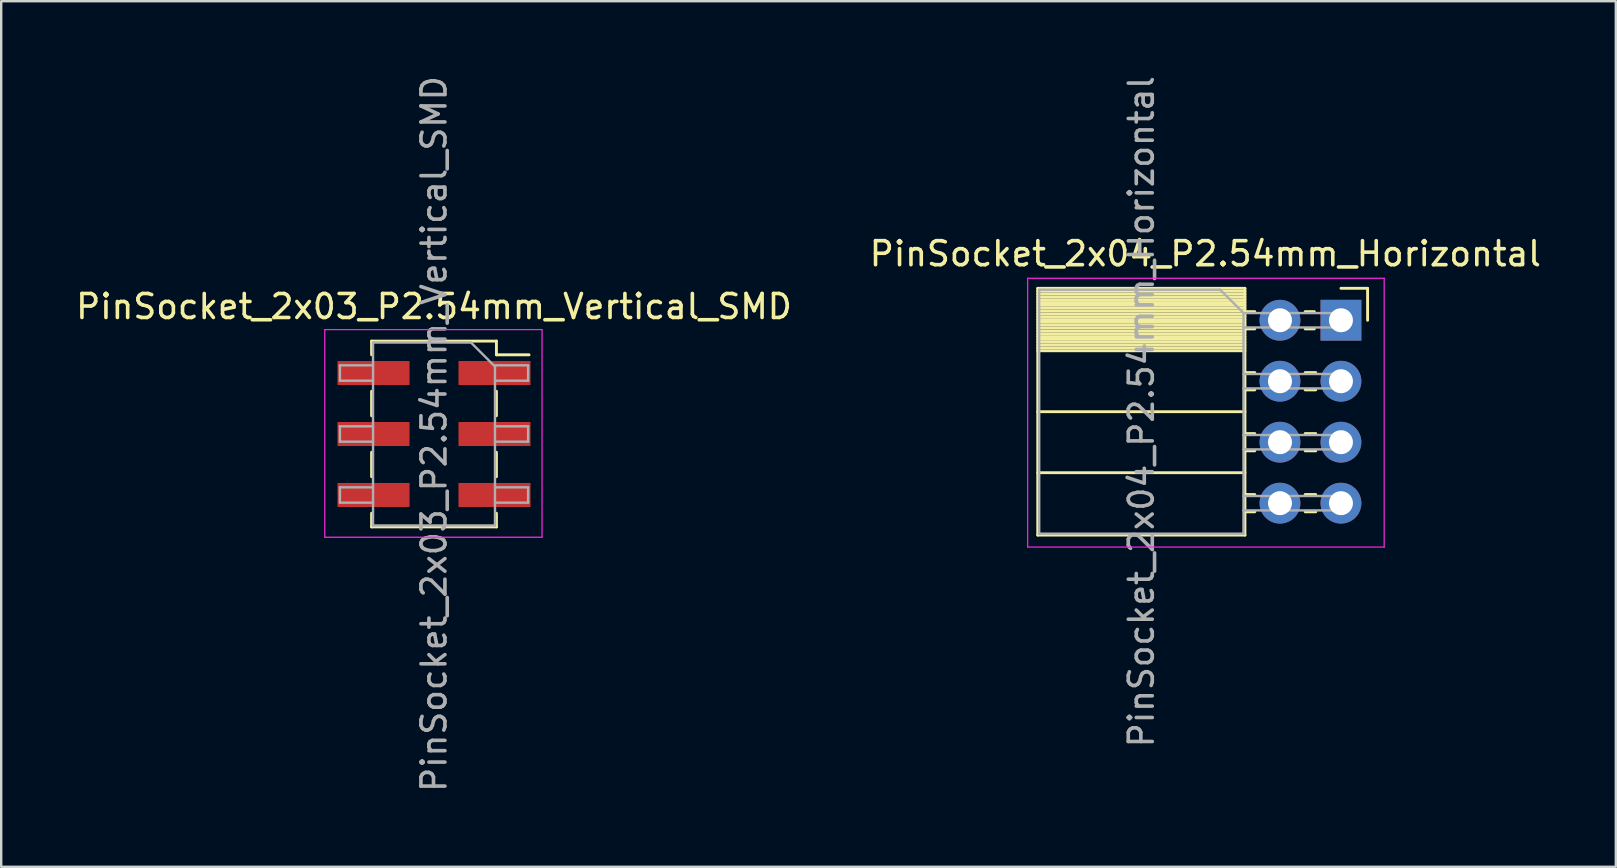
<source format=kicad_pcb>
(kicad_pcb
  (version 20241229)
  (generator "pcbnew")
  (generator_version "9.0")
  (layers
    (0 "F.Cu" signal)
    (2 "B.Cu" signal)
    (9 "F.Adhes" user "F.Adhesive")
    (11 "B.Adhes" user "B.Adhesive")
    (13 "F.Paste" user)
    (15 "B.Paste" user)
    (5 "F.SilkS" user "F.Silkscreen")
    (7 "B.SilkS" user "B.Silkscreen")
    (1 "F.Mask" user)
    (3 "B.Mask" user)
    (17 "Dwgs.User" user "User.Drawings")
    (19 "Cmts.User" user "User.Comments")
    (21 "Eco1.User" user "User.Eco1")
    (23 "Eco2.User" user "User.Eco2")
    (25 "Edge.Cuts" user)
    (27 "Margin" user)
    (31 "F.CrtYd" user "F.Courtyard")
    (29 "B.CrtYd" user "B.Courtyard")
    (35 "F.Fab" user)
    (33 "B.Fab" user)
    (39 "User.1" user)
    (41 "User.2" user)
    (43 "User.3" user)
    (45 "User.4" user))
  (footprint "PinSocket_2x03_P2.54mm_Vertical_SMD"
    (layer "F.Cu")
    (at 15.03 15.03)
    (property "Reference" "PinSocket_2x03_P2.54mm_Vertical_SMD" (at 0 -5.31 0) (layer "F.SilkS") (effects (font (size 1 1) (thickness 0.15))))
    (attr smd)
    (fp_line (start -2.6 -3.87) (end -2.6 -3.3) (stroke (width 0.12) (type solid)) (layer "F.SilkS"))
    (fp_line (start -2.6 -3.87) (end 2.6 -3.87) (stroke (width 0.12) (type solid)) (layer "F.SilkS"))
    (fp_line (start -2.6 -1.78) (end -2.6 -0.76) (stroke (width 0.12) (type solid)) (layer "F.SilkS"))
    (fp_line (start -2.6 0.76) (end -2.6 1.78) (stroke (width 0.12) (type solid)) (layer "F.SilkS"))
    (fp_line (start -2.6 3.3) (end -2.6 3.87) (stroke (width 0.12) (type solid)) (layer "F.SilkS"))
    (fp_line (start -2.6 3.87) (end 2.6 3.87) (stroke (width 0.12) (type solid)) (layer "F.SilkS"))
    (fp_line (start 2.6 -3.87) (end 2.6 -3.3) (stroke (width 0.12) (type solid)) (layer "F.SilkS"))
    (fp_line (start 2.6 -3.3) (end 3.96 -3.3) (stroke (width 0.12) (type solid)) (layer "F.SilkS"))
    (fp_line (start 2.6 -1.78) (end 2.6 -0.76) (stroke (width 0.12) (type solid)) (layer "F.SilkS"))
    (fp_line (start 2.6 0.76) (end 2.6 1.78) (stroke (width 0.12) (type solid)) (layer "F.SilkS"))
    (fp_line (start 2.6 3.3) (end 2.6 3.87) (stroke (width 0.12) (type solid)) (layer "F.SilkS"))
    (fp_line (start -4.55 -4.35) (end 4.5 -4.35) (stroke (width 0.05) (type solid)) (layer "F.CrtYd"))
    (fp_line (start -4.55 4.3) (end -4.55 -4.35) (stroke (width 0.05) (type solid)) (layer "F.CrtYd"))
    (fp_line (start 4.5 -4.35) (end 4.5 4.3) (stroke (width 0.05) (type solid)) (layer "F.CrtYd"))
    (fp_line (start 4.5 4.3) (end -4.55 4.3) (stroke (width 0.05) (type solid)) (layer "F.CrtYd"))
    (fp_line (start -3.92 -2.86) (end -2.54 -2.86) (stroke (width 0.1) (type solid)) (layer "F.Fab"))
    (fp_line (start -3.92 -2.22) (end -3.92 -2.86) (stroke (width 0.1) (type solid)) (layer "F.Fab"))
    (fp_line (start -3.92 -0.32) (end -2.54 -0.32) (stroke (width 0.1) (type solid)) (layer "F.Fab"))
    (fp_line (start -3.92 0.32) (end -3.92 -0.32) (stroke (width 0.1) (type solid)) (layer "F.Fab"))
    (fp_line (start -3.92 2.22) (end -2.54 2.22) (stroke (width 0.1) (type solid)) (layer "F.Fab"))
    (fp_line (start -3.92 2.86) (end -3.92 2.22) (stroke (width 0.1) (type solid)) (layer "F.Fab"))
    (fp_line (start -2.54 -3.81) (end 1.54 -3.81) (stroke (width 0.1) (type solid)) (layer "F.Fab"))
    (fp_line (start -2.54 -2.22) (end -3.92 -2.22) (stroke (width 0.1) (type solid)) (layer "F.Fab"))
    (fp_line (start -2.54 0.32) (end -3.92 0.32) (stroke (width 0.1) (type solid)) (layer "F.Fab"))
    (fp_line (start -2.54 2.86) (end -3.92 2.86) (stroke (width 0.1) (type solid)) (layer "F.Fab"))
    (fp_line (start -2.54 3.81) (end -2.54 -3.81) (stroke (width 0.1) (type solid)) (layer "F.Fab"))
    (fp_line (start 1.54 -3.81) (end 2.54 -2.81) (stroke (width 0.1) (type solid)) (layer "F.Fab"))
    (fp_line (start 2.54 -2.86) (end 3.92 -2.86) (stroke (width 0.1) (type solid)) (layer "F.Fab"))
    (fp_line (start 2.54 -2.81) (end 2.54 3.81) (stroke (width 0.1) (type solid)) (layer "F.Fab"))
    (fp_line (start 2.54 -0.32) (end 3.92 -0.32) (stroke (width 0.1) (type solid)) (layer "F.Fab"))
    (fp_line (start 2.54 2.22) (end 3.92 2.22) (stroke (width 0.1) (type solid)) (layer "F.Fab"))
    (fp_line (start 2.54 3.81) (end -2.54 3.81) (stroke (width 0.1) (type solid)) (layer "F.Fab"))
    (fp_line (start 3.92 -2.86) (end 3.92 -2.22) (stroke (width 0.1) (type solid)) (layer "F.Fab"))
    (fp_line (start 3.92 -2.22) (end 2.54 -2.22) (stroke (width 0.1) (type solid)) (layer "F.Fab"))
    (fp_line (start 3.92 -0.32) (end 3.92 0.32) (stroke (width 0.1) (type solid)) (layer "F.Fab"))
    (fp_line (start 3.92 0.32) (end 2.54 0.32) (stroke (width 0.1) (type solid)) (layer "F.Fab"))
    (fp_line (start 3.92 2.22) (end 3.92 2.86) (stroke (width 0.1) (type solid)) (layer "F.Fab"))
    (fp_line (start 3.92 2.86) (end 2.54 2.86) (stroke (width 0.1) (type solid)) (layer "F.Fab"))
    (fp_text user "${REFERENCE}" (at 0 0 90) (layer "F.Fab") (effects (font (size 1 1) (thickness 0.15))))
    (pad "1" smd rect (at 2.52 -2.54) (size 3 1) (layers "F.Cu" "F.Mask" "F.Paste"))
    (pad "2" smd rect (at -2.52 -2.54) (size 3 1) (layers "F.Cu" "F.Mask" "F.Paste"))
    (pad "3" smd rect (at 2.52 0) (size 3 1) (layers "F.Cu" "F.Mask" "F.Paste"))
    (pad "4" smd rect (at -2.52 0) (size 3 1) (layers "F.Cu" "F.Mask" "F.Paste"))
    (pad "5" smd rect (at 2.52 2.54) (size 3 1) (layers "F.Cu" "F.Mask" "F.Paste"))
    (pad "6" smd rect (at -2.52 2.54) (size 3 1) (layers "F.Cu" "F.Mask" "F.Paste")))
  (footprint "PinSocket_2x04_P2.54mm_Horizontal"
    (layer "F.Cu")
    (at 52.811 10.291)
    (property "Reference" "PinSocket_2x04_P2.54mm_Horizontal" (at -5.65 -2.77 0) (layer "F.SilkS") (effects (font (size 1 1) (thickness 0.15))))
    (attr through_hole)
    (fp_line (start -12.63 -1.33) (end -12.63 8.95) (stroke (width 0.12) (type solid)) (layer "F.SilkS"))
    (fp_line (start -12.63 -1.33) (end -4 -1.33) (stroke (width 0.12) (type solid)) (layer "F.SilkS"))
    (fp_line (start -12.63 -1.21) (end -4 -1.21) (stroke (width 0.12) (type solid)) (layer "F.SilkS"))
    (fp_line (start -12.63 -1.092) (end -4 -1.092) (stroke (width 0.12) (type solid)) (layer "F.SilkS"))
    (fp_line (start -12.63 -0.974) (end -4 -0.974) (stroke (width 0.12) (type solid)) (layer "F.SilkS"))
    (fp_line (start -12.63 -0.856) (end -4 -0.856) (stroke (width 0.12) (type solid)) (layer "F.SilkS"))
    (fp_line (start -12.63 -0.738) (end -4 -0.738) (stroke (width 0.12) (type solid)) (layer "F.SilkS"))
    (fp_line (start -12.63 -0.62) (end -4 -0.62) (stroke (width 0.12) (type solid)) (layer "F.SilkS"))
    (fp_line (start -12.63 -0.501) (end -4 -0.501) (stroke (width 0.12) (type solid)) (layer "F.SilkS"))
    (fp_line (start -12.63 -0.383) (end -4 -0.383) (stroke (width 0.12) (type solid)) (layer "F.SilkS"))
    (fp_line (start -12.63 -0.265) (end -4 -0.265) (stroke (width 0.12) (type solid)) (layer "F.SilkS"))
    (fp_line (start -12.63 -0.147) (end -4 -0.147) (stroke (width 0.12) (type solid)) (layer "F.SilkS"))
    (fp_line (start -12.63 -0.029) (end -4 -0.029) (stroke (width 0.12) (type solid)) (layer "F.SilkS"))
    (fp_line (start -12.63 0.089) (end -4 0.089) (stroke (width 0.12) (type solid)) (layer "F.SilkS"))
    (fp_line (start -12.63 0.207) (end -4 0.207) (stroke (width 0.12) (type solid)) (layer "F.SilkS"))
    (fp_line (start -12.63 0.325) (end -4 0.325) (stroke (width 0.12) (type solid)) (layer "F.SilkS"))
    (fp_line (start -12.63 0.443) (end -4 0.443) (stroke (width 0.12) (type solid)) (layer "F.SilkS"))
    (fp_line (start -12.63 0.561) (end -4 0.561) (stroke (width 0.12) (type solid)) (layer "F.SilkS"))
    (fp_line (start -12.63 0.68) (end -4 0.68) (stroke (width 0.12) (type solid)) (layer "F.SilkS"))
    (fp_line (start -12.63 0.798) (end -4 0.798) (stroke (width 0.12) (type solid)) (layer "F.SilkS"))
    (fp_line (start -12.63 0.916) (end -4 0.916) (stroke (width 0.12) (type solid)) (layer "F.SilkS"))
    (fp_line (start -12.63 1.034) (end -4 1.034) (stroke (width 0.12) (type solid)) (layer "F.SilkS"))
    (fp_line (start -12.63 1.152) (end -4 1.152) (stroke (width 0.12) (type solid)) (layer "F.SilkS"))
    (fp_line (start -12.63 1.27) (end -4 1.27) (stroke (width 0.12) (type solid)) (layer "F.SilkS"))
    (fp_line (start -12.63 3.81) (end -4 3.81) (stroke (width 0.12) (type solid)) (layer "F.SilkS"))
    (fp_line (start -12.63 6.35) (end -4 6.35) (stroke (width 0.12) (type solid)) (layer "F.SilkS"))
    (fp_line (start -12.63 8.95) (end -4 8.95) (stroke (width 0.12) (type solid)) (layer "F.SilkS"))
    (fp_line (start -4 -1.33) (end -4 8.95) (stroke (width 0.12) (type solid)) (layer "F.SilkS"))
    (fp_line (start -4 -0.36) (end -3.59 -0.36) (stroke (width 0.12) (type solid)) (layer "F.SilkS"))
    (fp_line (start -4 0.36) (end -3.59 0.36) (stroke (width 0.12) (type solid)) (layer "F.SilkS"))
    (fp_line (start -4 2.18) (end -3.59 2.18) (stroke (width 0.12) (type solid)) (layer "F.SilkS"))
    (fp_line (start -4 2.9) (end -3.59 2.9) (stroke (width 0.12) (type solid)) (layer "F.SilkS"))
    (fp_line (start -4 4.72) (end -3.59 4.72) (stroke (width 0.12) (type solid)) (layer "F.SilkS"))
    (fp_line (start -4 5.44) (end -3.59 5.44) (stroke (width 0.12) (type solid)) (layer "F.SilkS"))
    (fp_line (start -4 7.26) (end -3.59 7.26) (stroke (width 0.12) (type solid)) (layer "F.SilkS"))
    (fp_line (start -4 7.98) (end -3.59 7.98) (stroke (width 0.12) (type solid)) (layer "F.SilkS"))
    (fp_line (start -1.49 -0.36) (end -1.11 -0.36) (stroke (width 0.12) (type solid)) (layer "F.SilkS"))
    (fp_line (start -1.49 0.36) (end -1.11 0.36) (stroke (width 0.12) (type solid)) (layer "F.SilkS"))
    (fp_line (start -1.49 2.18) (end -1.05 2.18) (stroke (width 0.12) (type solid)) (layer "F.SilkS"))
    (fp_line (start -1.49 2.9) (end -1.05 2.9) (stroke (width 0.12) (type solid)) (layer "F.SilkS"))
    (fp_line (start -1.49 4.72) (end -1.05 4.72) (stroke (width 0.12) (type solid)) (layer "F.SilkS"))
    (fp_line (start -1.49 5.44) (end -1.05 5.44) (stroke (width 0.12) (type solid)) (layer "F.SilkS"))
    (fp_line (start -1.49 7.26) (end -1.05 7.26) (stroke (width 0.12) (type solid)) (layer "F.SilkS"))
    (fp_line (start -1.49 7.98) (end -1.05 7.98) (stroke (width 0.12) (type solid)) (layer "F.SilkS"))
    (fp_line (start 0 -1.33) (end 1.11 -1.33) (stroke (width 0.12) (type solid)) (layer "F.SilkS"))
    (fp_line (start 1.11 -1.33) (end 1.11 0) (stroke (width 0.12) (type solid)) (layer "F.SilkS"))
    (fp_line (start -13.05 -1.75) (end -13.05 9.45) (stroke (width 0.05) (type solid)) (layer "F.CrtYd"))
    (fp_line (start -13.05 9.45) (end 1.8 9.45) (stroke (width 0.05) (type solid)) (layer "F.CrtYd"))
    (fp_line (start 1.8 -1.75) (end -13.05 -1.75) (stroke (width 0.05) (type solid)) (layer "F.CrtYd"))
    (fp_line (start 1.8 9.45) (end 1.8 -1.75) (stroke (width 0.05) (type solid)) (layer "F.CrtYd"))
    (fp_line (start -12.57 -1.27) (end -5.03 -1.27) (stroke (width 0.1) (type solid)) (layer "F.Fab"))
    (fp_line (start -12.57 8.89) (end -12.57 -1.27) (stroke (width 0.1) (type solid)) (layer "F.Fab"))
    (fp_line (start -5.03 -1.27) (end -4.06 -0.3) (stroke (width 0.1) (type solid)) (layer "F.Fab"))
    (fp_line (start -4.06 -0.3) (end -4.06 8.89) (stroke (width 0.1) (type solid)) (layer "F.Fab"))
    (fp_line (start -4.06 0.3) (end 0 0.3) (stroke (width 0.1) (type solid)) (layer "F.Fab"))
    (fp_line (start -4.06 2.84) (end 0 2.84) (stroke (width 0.1) (type solid)) (layer "F.Fab"))
    (fp_line (start -4.06 5.38) (end 0 5.38) (stroke (width 0.1) (type solid)) (layer "F.Fab"))
    (fp_line (start -4.06 7.92) (end 0 7.92) (stroke (width 0.1) (type solid)) (layer "F.Fab"))
    (fp_line (start -4.06 8.89) (end -12.57 8.89) (stroke (width 0.1) (type solid)) (layer "F.Fab"))
    (fp_line (start 0 -0.3) (end -4.06 -0.3) (stroke (width 0.1) (type solid)) (layer "F.Fab"))
    (fp_line (start 0 0.3) (end 0 -0.3) (stroke (width 0.1) (type solid)) (layer "F.Fab"))
    (fp_line (start 0 2.24) (end -4.06 2.24) (stroke (width 0.1) (type solid)) (layer "F.Fab"))
    (fp_line (start 0 2.84) (end 0 2.24) (stroke (width 0.1) (type solid)) (layer "F.Fab"))
    (fp_line (start 0 4.78) (end -4.06 4.78) (stroke (width 0.1) (type solid)) (layer "F.Fab"))
    (fp_line (start 0 5.38) (end 0 4.78) (stroke (width 0.1) (type solid)) (layer "F.Fab"))
    (fp_line (start 0 7.32) (end -4.06 7.32) (stroke (width 0.1) (type solid)) (layer "F.Fab"))
    (fp_line (start 0 7.92) (end 0 7.32) (stroke (width 0.1) (type solid)) (layer "F.Fab"))
    (fp_text user "${REFERENCE}" (at -8.315 3.81 90) (layer "F.Fab") (effects (font (size 1 1) (thickness 0.15))))
    (pad "1" thru_hole rect (at 0 0) (size 1.7 1.7) (drill 1) (layers "*.Cu" "*.Mask"))
    (pad "2" thru_hole oval (at -2.54 0) (size 1.7 1.7) (drill 1) (layers "*.Cu" "*.Mask"))
    (pad "3" thru_hole oval (at 0 2.54) (size 1.7 1.7) (drill 1) (layers "*.Cu" "*.Mask"))
    (pad "4" thru_hole oval (at -2.54 2.54) (size 1.7 1.7) (drill 1) (layers "*.Cu" "*.Mask"))
    (pad "5" thru_hole oval (at 0 5.08) (size 1.7 1.7) (drill 1) (layers "*.Cu" "*.Mask"))
    (pad "6" thru_hole oval (at -2.54 5.08) (size 1.7 1.7) (drill 1) (layers "*.Cu" "*.Mask"))
    (pad "7" thru_hole oval (at 0 7.62) (size 1.7 1.7) (drill 1) (layers "*.Cu" "*.Mask"))
    (pad "8" thru_hole oval (at -2.54 7.62) (size 1.7 1.7) (drill 1) (layers "*.Cu" "*.Mask")))
  (gr_rect
    (start -3 -3)
    (end 64.262 33.06)
    (stroke (width 0.1) (type default))
    (fill no)
    (layer "Edge.Cuts")))
</source>
